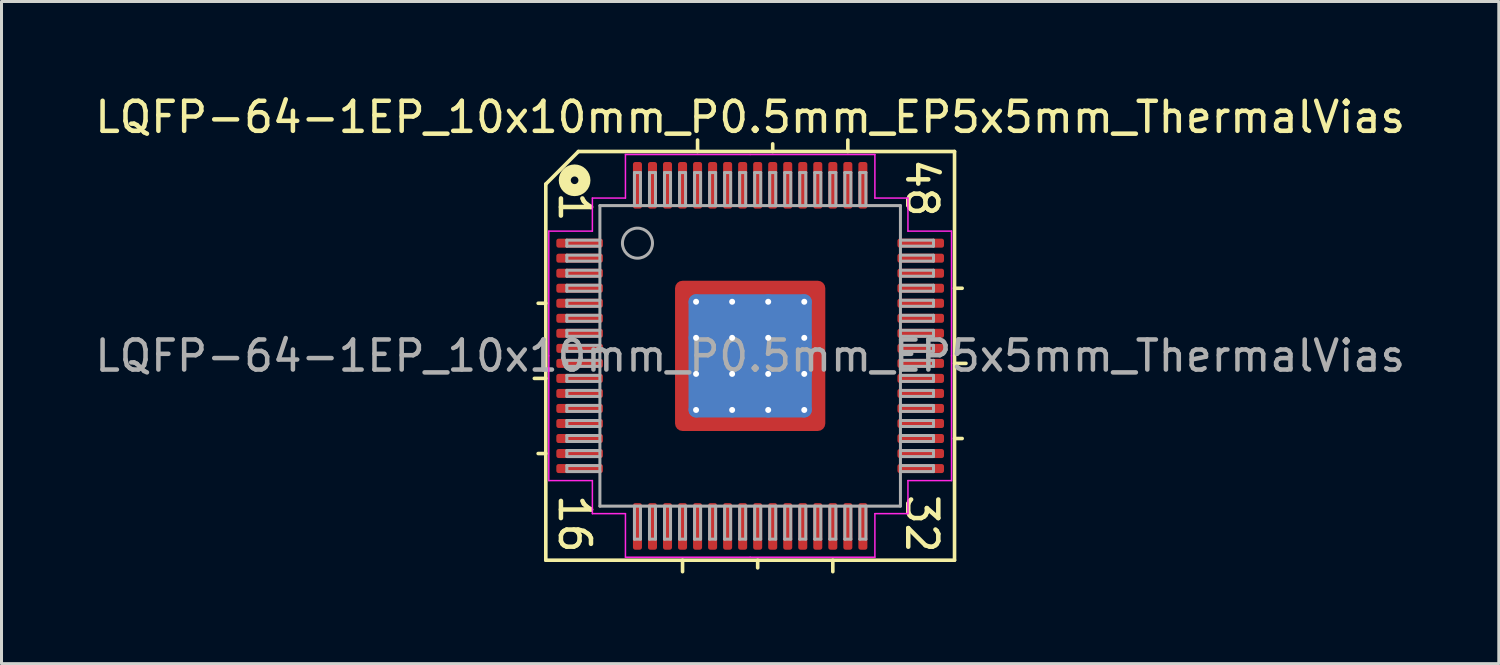
<source format=kicad_pcb>
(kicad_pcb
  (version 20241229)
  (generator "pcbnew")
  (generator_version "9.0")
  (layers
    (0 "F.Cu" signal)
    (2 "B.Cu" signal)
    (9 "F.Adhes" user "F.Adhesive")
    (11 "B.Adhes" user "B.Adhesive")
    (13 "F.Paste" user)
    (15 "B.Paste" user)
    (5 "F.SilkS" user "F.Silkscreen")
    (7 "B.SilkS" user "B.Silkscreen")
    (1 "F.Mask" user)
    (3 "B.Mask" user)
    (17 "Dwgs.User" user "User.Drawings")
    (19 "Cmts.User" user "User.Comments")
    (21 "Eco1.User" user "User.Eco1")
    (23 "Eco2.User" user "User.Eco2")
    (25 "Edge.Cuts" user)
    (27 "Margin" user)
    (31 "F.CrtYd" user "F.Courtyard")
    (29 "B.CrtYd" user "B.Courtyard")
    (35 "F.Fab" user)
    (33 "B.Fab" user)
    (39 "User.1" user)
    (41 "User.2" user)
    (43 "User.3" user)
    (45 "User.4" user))
  (footprint "LQFP-64-1EP_10x10mm_P0.5mm_EP5x5mm_ThermalVias"
    (layer "F.Cu")
    (at 21.911 8.791)
    (property "Reference" "LQFP-64-1EP_10x10mm_P0.5mm_EP5x5mm_ThermalVias" (at 0 -7.943 0) (layer "F.SilkS") (effects (font (size 1 1) (thickness 0.15))))
    (attr smd)
    (fp_line (start -6.8 -5.715) (end -6.8 6.8) (stroke (width 0.12) (type solid)) (layer "F.SilkS"))
    (fp_line (start -6.8 -1.75) (end -7.054 -1.75) (stroke (width 0.12) (type solid)) (layer "F.SilkS"))
    (fp_line (start -6.8 0.75) (end -7.181 0.75) (stroke (width 0.12) (type solid)) (layer "F.SilkS"))
    (fp_line (start -6.8 3.25) (end -7.054 3.25) (stroke (width 0.12) (type solid)) (layer "F.SilkS"))
    (fp_line (start -6.8 6.8) (end 6.8 6.8) (stroke (width 0.12) (type solid)) (layer "F.SilkS"))
    (fp_line (start -5.715 -6.8) (end -6.8 -5.715) (stroke (width 0.12) (type solid)) (layer "F.SilkS"))
    (fp_line (start -2.25 6.8) (end -2.25 7.181) (stroke (width 0.12) (type solid)) (layer "F.SilkS"))
    (fp_line (start -1.75 -6.8) (end -1.75 -7.181) (stroke (width 0.12) (type solid)) (layer "F.SilkS"))
    (fp_line (start 0.25 6.8) (end 0.25 7.054) (stroke (width 0.12) (type solid)) (layer "F.SilkS"))
    (fp_line (start 0.75 -6.8) (end 0.75 -7.054) (stroke (width 0.12) (type solid)) (layer "F.SilkS"))
    (fp_line (start 2.75 7.181) (end 2.75 6.8) (stroke (width 0.12) (type solid)) (layer "F.SilkS"))
    (fp_line (start 3.25 -6.8) (end 3.25 -7.181) (stroke (width 0.12) (type solid)) (layer "F.SilkS"))
    (fp_line (start 6.8 -6.8) (end -5.715 -6.8) (stroke (width 0.12) (type solid)) (layer "F.SilkS"))
    (fp_line (start 6.8 -2.25) (end 7.054 -2.25) (stroke (width 0.12) (type solid)) (layer "F.SilkS"))
    (fp_line (start 6.8 0.25) (end 7.181 0.25) (stroke (width 0.12) (type solid)) (layer "F.SilkS"))
    (fp_line (start 6.8 2.75) (end 7.054 2.75) (stroke (width 0.12) (type solid)) (layer "F.SilkS"))
    (fp_line (start 6.8 6.8) (end 6.8 -6.8) (stroke (width 0.12) (type solid)) (layer "F.SilkS"))
    (fp_circle (center -5.842 -5.842) (end -5.715 -5.842) (stroke (width 0.4) (type solid)) (fill no) (layer "F.SilkS"))
    (fp_line (start -6.7 -4.15) (end -6.7 0) (stroke (width 0.05) (type solid)) (layer "F.CrtYd"))
    (fp_line (start -6.7 4.15) (end -6.7 0) (stroke (width 0.05) (type solid)) (layer "F.CrtYd"))
    (fp_line (start -5.25 -5.25) (end -5.25 -4.15) (stroke (width 0.05) (type solid)) (layer "F.CrtYd"))
    (fp_line (start -5.25 -4.15) (end -6.7 -4.15) (stroke (width 0.05) (type solid)) (layer "F.CrtYd"))
    (fp_line (start -5.25 4.15) (end -6.7 4.15) (stroke (width 0.05) (type solid)) (layer "F.CrtYd"))
    (fp_line (start -5.25 5.25) (end -5.25 4.15) (stroke (width 0.05) (type solid)) (layer "F.CrtYd"))
    (fp_line (start -4.15 -6.7) (end -4.15 -5.25) (stroke (width 0.05) (type solid)) (layer "F.CrtYd"))
    (fp_line (start -4.15 -5.25) (end -5.25 -5.25) (stroke (width 0.05) (type solid)) (layer "F.CrtYd"))
    (fp_line (start -4.15 5.25) (end -5.25 5.25) (stroke (width 0.05) (type solid)) (layer "F.CrtYd"))
    (fp_line (start -4.15 6.7) (end -4.15 5.25) (stroke (width 0.05) (type solid)) (layer "F.CrtYd"))
    (fp_line (start 0 -6.7) (end -4.15 -6.7) (stroke (width 0.05) (type solid)) (layer "F.CrtYd"))
    (fp_line (start 0 -6.7) (end 4.15 -6.7) (stroke (width 0.05) (type solid)) (layer "F.CrtYd"))
    (fp_line (start 0 6.7) (end -4.15 6.7) (stroke (width 0.05) (type solid)) (layer "F.CrtYd"))
    (fp_line (start 0 6.7) (end 4.15 6.7) (stroke (width 0.05) (type solid)) (layer "F.CrtYd"))
    (fp_line (start 4.15 -6.7) (end 4.15 -5.25) (stroke (width 0.05) (type solid)) (layer "F.CrtYd"))
    (fp_line (start 4.15 -5.25) (end 5.25 -5.25) (stroke (width 0.05) (type solid)) (layer "F.CrtYd"))
    (fp_line (start 4.15 5.25) (end 5.25 5.25) (stroke (width 0.05) (type solid)) (layer "F.CrtYd"))
    (fp_line (start 4.15 6.7) (end 4.15 5.25) (stroke (width 0.05) (type solid)) (layer "F.CrtYd"))
    (fp_line (start 5.25 -5.25) (end 5.25 -4.15) (stroke (width 0.05) (type solid)) (layer "F.CrtYd"))
    (fp_line (start 5.25 -4.15) (end 6.7 -4.15) (stroke (width 0.05) (type solid)) (layer "F.CrtYd"))
    (fp_line (start 5.25 4.15) (end 6.7 4.15) (stroke (width 0.05) (type solid)) (layer "F.CrtYd"))
    (fp_line (start 5.25 5.25) (end 5.25 4.15) (stroke (width 0.05) (type solid)) (layer "F.CrtYd"))
    (fp_line (start 6.7 -4.15) (end 6.7 0) (stroke (width 0.05) (type solid)) (layer "F.CrtYd"))
    (fp_line (start 6.7 4.15) (end 6.7 0) (stroke (width 0.05) (type solid)) (layer "F.CrtYd"))
    (fp_line (start -6.1 -3.85) (end -6.1 -3.65) (stroke (width 0.1) (type solid)) (layer "F.Fab"))
    (fp_line (start -6.1 -3.85) (end -5 -3.85) (stroke (width 0.1) (type solid)) (layer "F.Fab"))
    (fp_line (start -6.1 -3.65) (end -5 -3.65) (stroke (width 0.1) (type solid)) (layer "F.Fab"))
    (fp_line (start -6.1 -3.35) (end -6.1 -3.15) (stroke (width 0.1) (type solid)) (layer "F.Fab"))
    (fp_line (start -6.1 -3.35) (end -5 -3.35) (stroke (width 0.1) (type solid)) (layer "F.Fab"))
    (fp_line (start -6.1 -3.15) (end -5 -3.15) (stroke (width 0.1) (type solid)) (layer "F.Fab"))
    (fp_line (start -6.1 -2.85) (end -6.1 -2.65) (stroke (width 0.1) (type solid)) (layer "F.Fab"))
    (fp_line (start -6.1 -2.85) (end -5 -2.85) (stroke (width 0.1) (type solid)) (layer "F.Fab"))
    (fp_line (start -6.1 -2.65) (end -5 -2.65) (stroke (width 0.1) (type solid)) (layer "F.Fab"))
    (fp_line (start -6.1 -2.35) (end -6.1 -2.15) (stroke (width 0.1) (type solid)) (layer "F.Fab"))
    (fp_line (start -6.1 -2.35) (end -5 -2.35) (stroke (width 0.1) (type solid)) (layer "F.Fab"))
    (fp_line (start -6.1 -2.15) (end -5 -2.15) (stroke (width 0.1) (type solid)) (layer "F.Fab"))
    (fp_line (start -6.1 -1.85) (end -6.1 -1.65) (stroke (width 0.1) (type solid)) (layer "F.Fab"))
    (fp_line (start -6.1 -1.85) (end -5 -1.85) (stroke (width 0.1) (type solid)) (layer "F.Fab"))
    (fp_line (start -6.1 -1.65) (end -5 -1.65) (stroke (width 0.1) (type solid)) (layer "F.Fab"))
    (fp_line (start -6.1 -1.35) (end -6.1 -1.15) (stroke (width 0.1) (type solid)) (layer "F.Fab"))
    (fp_line (start -6.1 -1.35) (end -5 -1.35) (stroke (width 0.1) (type solid)) (layer "F.Fab"))
    (fp_line (start -6.1 -1.15) (end -5 -1.15) (stroke (width 0.1) (type solid)) (layer "F.Fab"))
    (fp_line (start -6.1 -0.85) (end -6.1 -0.65) (stroke (width 0.1) (type solid)) (layer "F.Fab"))
    (fp_line (start -6.1 -0.85) (end -5 -0.85) (stroke (width 0.1) (type solid)) (layer "F.Fab"))
    (fp_line (start -6.1 -0.65) (end -5 -0.65) (stroke (width 0.1) (type solid)) (layer "F.Fab"))
    (fp_line (start -6.1 -0.35) (end -6.1 -0.15) (stroke (width 0.1) (type solid)) (layer "F.Fab"))
    (fp_line (start -6.1 -0.35) (end -5 -0.35) (stroke (width 0.1) (type solid)) (layer "F.Fab"))
    (fp_line (start -6.1 -0.15) (end -5 -0.15) (stroke (width 0.1) (type solid)) (layer "F.Fab"))
    (fp_line (start -6.1 0.15) (end -6.1 0.35) (stroke (width 0.1) (type solid)) (layer "F.Fab"))
    (fp_line (start -6.1 0.15) (end -5 0.15) (stroke (width 0.1) (type solid)) (layer "F.Fab"))
    (fp_line (start -6.1 0.35) (end -5 0.35) (stroke (width 0.1) (type solid)) (layer "F.Fab"))
    (fp_line (start -6.1 0.65) (end -6.1 0.85) (stroke (width 0.1) (type solid)) (layer "F.Fab"))
    (fp_line (start -6.1 0.65) (end -5 0.65) (stroke (width 0.1) (type solid)) (layer "F.Fab"))
    (fp_line (start -6.1 0.85) (end -5 0.85) (stroke (width 0.1) (type solid)) (layer "F.Fab"))
    (fp_line (start -6.1 1.15) (end -6.1 1.35) (stroke (width 0.1) (type solid)) (layer "F.Fab"))
    (fp_line (start -6.1 1.15) (end -5 1.15) (stroke (width 0.1) (type solid)) (layer "F.Fab"))
    (fp_line (start -6.1 1.35) (end -5 1.35) (stroke (width 0.1) (type solid)) (layer "F.Fab"))
    (fp_line (start -6.1 1.65) (end -6.1 1.85) (stroke (width 0.1) (type solid)) (layer "F.Fab"))
    (fp_line (start -6.1 1.65) (end -5 1.65) (stroke (width 0.1) (type solid)) (layer "F.Fab"))
    (fp_line (start -6.1 1.85) (end -5 1.85) (stroke (width 0.1) (type solid)) (layer "F.Fab"))
    (fp_line (start -6.1 2.15) (end -6.1 2.35) (stroke (width 0.1) (type solid)) (layer "F.Fab"))
    (fp_line (start -6.1 2.15) (end -5 2.15) (stroke (width 0.1) (type solid)) (layer "F.Fab"))
    (fp_line (start -6.1 2.35) (end -5 2.35) (stroke (width 0.1) (type solid)) (layer "F.Fab"))
    (fp_line (start -6.1 2.65) (end -6.1 2.85) (stroke (width 0.1) (type solid)) (layer "F.Fab"))
    (fp_line (start -6.1 2.65) (end -5 2.65) (stroke (width 0.1) (type solid)) (layer "F.Fab"))
    (fp_line (start -6.1 2.85) (end -5 2.85) (stroke (width 0.1) (type solid)) (layer "F.Fab"))
    (fp_line (start -6.1 3.15) (end -6.1 3.35) (stroke (width 0.1) (type solid)) (layer "F.Fab"))
    (fp_line (start -6.1 3.15) (end -5 3.15) (stroke (width 0.1) (type solid)) (layer "F.Fab"))
    (fp_line (start -6.1 3.35) (end -5 3.35) (stroke (width 0.1) (type solid)) (layer "F.Fab"))
    (fp_line (start -6.1 3.65) (end -6.1 3.85) (stroke (width 0.1) (type solid)) (layer "F.Fab"))
    (fp_line (start -6.1 3.65) (end -5 3.65) (stroke (width 0.1) (type solid)) (layer "F.Fab"))
    (fp_line (start -6.1 3.85) (end -5 3.85) (stroke (width 0.1) (type solid)) (layer "F.Fab"))
    (fp_line (start -5 -5) (end 5 -5) (stroke (width 0.1) (type solid)) (layer "F.Fab"))
    (fp_line (start -5 5) (end -5 -5) (stroke (width 0.1) (type solid)) (layer "F.Fab"))
    (fp_line (start -3.85 -6.1) (end -3.85 -5) (stroke (width 0.1) (type solid)) (layer "F.Fab"))
    (fp_line (start -3.85 6.1) (end -3.85 5) (stroke (width 0.1) (type solid)) (layer "F.Fab"))
    (fp_line (start -3.85 6.1) (end -3.65 6.1) (stroke (width 0.1) (type solid)) (layer "F.Fab"))
    (fp_line (start -3.65 -6.1) (end -3.85 -6.1) (stroke (width 0.1) (type solid)) (layer "F.Fab"))
    (fp_line (start -3.65 -6.1) (end -3.65 -5) (stroke (width 0.1) (type solid)) (layer "F.Fab"))
    (fp_line (start -3.65 6.1) (end -3.65 5) (stroke (width 0.1) (type solid)) (layer "F.Fab"))
    (fp_line (start -3.35 -6.1) (end -3.35 -5) (stroke (width 0.1) (type solid)) (layer "F.Fab"))
    (fp_line (start -3.35 6.1) (end -3.35 5) (stroke (width 0.1) (type solid)) (layer "F.Fab"))
    (fp_line (start -3.35 6.1) (end -3.15 6.1) (stroke (width 0.1) (type solid)) (layer "F.Fab"))
    (fp_line (start -3.15 -6.1) (end -3.35 -6.1) (stroke (width 0.1) (type solid)) (layer "F.Fab"))
    (fp_line (start -3.15 -6.1) (end -3.15 -5) (stroke (width 0.1) (type solid)) (layer "F.Fab"))
    (fp_line (start -3.15 6.1) (end -3.15 5) (stroke (width 0.1) (type solid)) (layer "F.Fab"))
    (fp_line (start -2.85 -6.1) (end -2.85 -5) (stroke (width 0.1) (type solid)) (layer "F.Fab"))
    (fp_line (start -2.85 6.1) (end -2.85 5) (stroke (width 0.1) (type solid)) (layer "F.Fab"))
    (fp_line (start -2.85 6.1) (end -2.65 6.1) (stroke (width 0.1) (type solid)) (layer "F.Fab"))
    (fp_line (start -2.65 -6.1) (end -2.85 -6.1) (stroke (width 0.1) (type solid)) (layer "F.Fab"))
    (fp_line (start -2.65 -6.1) (end -2.65 -5) (stroke (width 0.1) (type solid)) (layer "F.Fab"))
    (fp_line (start -2.65 6.1) (end -2.65 5) (stroke (width 0.1) (type solid)) (layer "F.Fab"))
    (fp_line (start -2.35 -6.1) (end -2.35 -5) (stroke (width 0.1) (type solid)) (layer "F.Fab"))
    (fp_line (start -2.35 6.1) (end -2.35 5) (stroke (width 0.1) (type solid)) (layer "F.Fab"))
    (fp_line (start -2.35 6.1) (end -2.15 6.1) (stroke (width 0.1) (type solid)) (layer "F.Fab"))
    (fp_line (start -2.15 -6.1) (end -2.35 -6.1) (stroke (width 0.1) (type solid)) (layer "F.Fab"))
    (fp_line (start -2.15 -6.1) (end -2.15 -5) (stroke (width 0.1) (type solid)) (layer "F.Fab"))
    (fp_line (start -2.15 6.1) (end -2.15 5) (stroke (width 0.1) (type solid)) (layer "F.Fab"))
    (fp_line (start -1.85 -6.1) (end -1.85 -5) (stroke (width 0.1) (type solid)) (layer "F.Fab"))
    (fp_line (start -1.85 6.1) (end -1.85 5) (stroke (width 0.1) (type solid)) (layer "F.Fab"))
    (fp_line (start -1.85 6.1) (end -1.65 6.1) (stroke (width 0.1) (type solid)) (layer "F.Fab"))
    (fp_line (start -1.65 -6.1) (end -1.85 -6.1) (stroke (width 0.1) (type solid)) (layer "F.Fab"))
    (fp_line (start -1.65 -6.1) (end -1.65 -5) (stroke (width 0.1) (type solid)) (layer "F.Fab"))
    (fp_line (start -1.65 6.1) (end -1.65 5) (stroke (width 0.1) (type solid)) (layer "F.Fab"))
    (fp_line (start -1.35 -6.1) (end -1.35 -5) (stroke (width 0.1) (type solid)) (layer "F.Fab"))
    (fp_line (start -1.35 6.1) (end -1.35 5) (stroke (width 0.1) (type solid)) (layer "F.Fab"))
    (fp_line (start -1.35 6.1) (end -1.15 6.1) (stroke (width 0.1) (type solid)) (layer "F.Fab"))
    (fp_line (start -1.15 -6.1) (end -1.35 -6.1) (stroke (width 0.1) (type solid)) (layer "F.Fab"))
    (fp_line (start -1.15 -6.1) (end -1.15 -5) (stroke (width 0.1) (type solid)) (layer "F.Fab"))
    (fp_line (start -1.15 6.1) (end -1.15 5) (stroke (width 0.1) (type solid)) (layer "F.Fab"))
    (fp_line (start -0.85 -6.1) (end -0.85 -5) (stroke (width 0.1) (type solid)) (layer "F.Fab"))
    (fp_line (start -0.85 6.1) (end -0.85 5) (stroke (width 0.1) (type solid)) (layer "F.Fab"))
    (fp_line (start -0.85 6.1) (end -0.65 6.1) (stroke (width 0.1) (type solid)) (layer "F.Fab"))
    (fp_line (start -0.65 -6.1) (end -0.85 -6.1) (stroke (width 0.1) (type solid)) (layer "F.Fab"))
    (fp_line (start -0.65 -6.1) (end -0.65 -5) (stroke (width 0.1) (type solid)) (layer "F.Fab"))
    (fp_line (start -0.65 6.1) (end -0.65 5) (stroke (width 0.1) (type solid)) (layer "F.Fab"))
    (fp_line (start -0.35 -6.1) (end -0.35 -5) (stroke (width 0.1) (type solid)) (layer "F.Fab"))
    (fp_line (start -0.35 6.1) (end -0.35 5) (stroke (width 0.1) (type solid)) (layer "F.Fab"))
    (fp_line (start -0.35 6.1) (end -0.15 6.1) (stroke (width 0.1) (type solid)) (layer "F.Fab"))
    (fp_line (start -0.15 -6.1) (end -0.35 -6.1) (stroke (width 0.1) (type solid)) (layer "F.Fab"))
    (fp_line (start -0.15 -6.1) (end -0.15 -5) (stroke (width 0.1) (type solid)) (layer "F.Fab"))
    (fp_line (start -0.15 6.1) (end -0.15 5) (stroke (width 0.1) (type solid)) (layer "F.Fab"))
    (fp_line (start 0.15 -6.1) (end 0.15 -5) (stroke (width 0.1) (type solid)) (layer "F.Fab"))
    (fp_line (start 0.15 6.1) (end 0.15 5) (stroke (width 0.1) (type solid)) (layer "F.Fab"))
    (fp_line (start 0.15 6.1) (end 0.35 6.1) (stroke (width 0.1) (type solid)) (layer "F.Fab"))
    (fp_line (start 0.35 -6.1) (end 0.15 -6.1) (stroke (width 0.1) (type solid)) (layer "F.Fab"))
    (fp_line (start 0.35 -6.1) (end 0.35 -5) (stroke (width 0.1) (type solid)) (layer "F.Fab"))
    (fp_line (start 0.35 6.1) (end 0.35 5) (stroke (width 0.1) (type solid)) (layer "F.Fab"))
    (fp_line (start 0.65 -6.1) (end 0.65 -5) (stroke (width 0.1) (type solid)) (layer "F.Fab"))
    (fp_line (start 0.65 6.1) (end 0.65 5) (stroke (width 0.1) (type solid)) (layer "F.Fab"))
    (fp_line (start 0.65 6.1) (end 0.85 6.1) (stroke (width 0.1) (type solid)) (layer "F.Fab"))
    (fp_line (start 0.85 -6.1) (end 0.65 -6.1) (stroke (width 0.1) (type solid)) (layer "F.Fab"))
    (fp_line (start 0.85 -6.1) (end 0.85 -5) (stroke (width 0.1) (type solid)) (layer "F.Fab"))
    (fp_line (start 0.85 6.1) (end 0.85 5) (stroke (width 0.1) (type solid)) (layer "F.Fab"))
    (fp_line (start 1.15 -6.1) (end 1.15 -5) (stroke (width 0.1) (type solid)) (layer "F.Fab"))
    (fp_line (start 1.15 6.1) (end 1.15 5) (stroke (width 0.1) (type solid)) (layer "F.Fab"))
    (fp_line (start 1.15 6.1) (end 1.35 6.1) (stroke (width 0.1) (type solid)) (layer "F.Fab"))
    (fp_line (start 1.35 -6.1) (end 1.15 -6.1) (stroke (width 0.1) (type solid)) (layer "F.Fab"))
    (fp_line (start 1.35 -6.1) (end 1.35 -5) (stroke (width 0.1) (type solid)) (layer "F.Fab"))
    (fp_line (start 1.35 6.1) (end 1.35 5) (stroke (width 0.1) (type solid)) (layer "F.Fab"))
    (fp_line (start 1.65 -6.1) (end 1.65 -5) (stroke (width 0.1) (type solid)) (layer "F.Fab"))
    (fp_line (start 1.65 6.1) (end 1.65 5) (stroke (width 0.1) (type solid)) (layer "F.Fab"))
    (fp_line (start 1.65 6.1) (end 1.85 6.1) (stroke (width 0.1) (type solid)) (layer "F.Fab"))
    (fp_line (start 1.85 -6.1) (end 1.65 -6.1) (stroke (width 0.1) (type solid)) (layer "F.Fab"))
    (fp_line (start 1.85 -6.1) (end 1.85 -5) (stroke (width 0.1) (type solid)) (layer "F.Fab"))
    (fp_line (start 1.85 6.1) (end 1.85 5) (stroke (width 0.1) (type solid)) (layer "F.Fab"))
    (fp_line (start 2.15 -6.1) (end 2.15 -5) (stroke (width 0.1) (type solid)) (layer "F.Fab"))
    (fp_line (start 2.15 6.1) (end 2.15 5) (stroke (width 0.1) (type solid)) (layer "F.Fab"))
    (fp_line (start 2.15 6.1) (end 2.35 6.1) (stroke (width 0.1) (type solid)) (layer "F.Fab"))
    (fp_line (start 2.35 -6.1) (end 2.15 -6.1) (stroke (width 0.1) (type solid)) (layer "F.Fab"))
    (fp_line (start 2.35 -6.1) (end 2.35 -5) (stroke (width 0.1) (type solid)) (layer "F.Fab"))
    (fp_line (start 2.35 6.1) (end 2.35 5) (stroke (width 0.1) (type solid)) (layer "F.Fab"))
    (fp_line (start 2.65 -6.1) (end 2.65 -5) (stroke (width 0.1) (type solid)) (layer "F.Fab"))
    (fp_line (start 2.65 6.1) (end 2.65 5) (stroke (width 0.1) (type solid)) (layer "F.Fab"))
    (fp_line (start 2.65 6.1) (end 2.85 6.1) (stroke (width 0.1) (type solid)) (layer "F.Fab"))
    (fp_line (start 2.85 -6.1) (end 2.65 -6.1) (stroke (width 0.1) (type solid)) (layer "F.Fab"))
    (fp_line (start 2.85 -6.1) (end 2.85 -5) (stroke (width 0.1) (type solid)) (layer "F.Fab"))
    (fp_line (start 2.85 6.1) (end 2.85 5) (stroke (width 0.1) (type solid)) (layer "F.Fab"))
    (fp_line (start 3.15 -6.1) (end 3.15 -5) (stroke (width 0.1) (type solid)) (layer "F.Fab"))
    (fp_line (start 3.15 6.1) (end 3.15 5) (stroke (width 0.1) (type solid)) (layer "F.Fab"))
    (fp_line (start 3.15 6.1) (end 3.35 6.1) (stroke (width 0.1) (type solid)) (layer "F.Fab"))
    (fp_line (start 3.35 -6.1) (end 3.15 -6.1) (stroke (width 0.1) (type solid)) (layer "F.Fab"))
    (fp_line (start 3.35 -6.1) (end 3.35 -5) (stroke (width 0.1) (type solid)) (layer "F.Fab"))
    (fp_line (start 3.35 6.1) (end 3.35 5) (stroke (width 0.1) (type solid)) (layer "F.Fab"))
    (fp_line (start 3.65 -6.1) (end 3.65 -5) (stroke (width 0.1) (type solid)) (layer "F.Fab"))
    (fp_line (start 3.65 6.1) (end 3.65 5) (stroke (width 0.1) (type solid)) (layer "F.Fab"))
    (fp_line (start 3.65 6.1) (end 3.85 6.1) (stroke (width 0.1) (type solid)) (layer "F.Fab"))
    (fp_line (start 3.85 -6.1) (end 3.65 -6.1) (stroke (width 0.1) (type solid)) (layer "F.Fab"))
    (fp_line (start 3.85 -6.1) (end 3.85 -5) (stroke (width 0.1) (type solid)) (layer "F.Fab"))
    (fp_line (start 3.85 6.1) (end 3.85 5) (stroke (width 0.1) (type solid)) (layer "F.Fab"))
    (fp_line (start 5 -5) (end 5 5) (stroke (width 0.1) (type solid)) (layer "F.Fab"))
    (fp_line (start 5 5) (end -5 5) (stroke (width 0.1) (type solid)) (layer "F.Fab"))
    (fp_line (start 6.1 -3.85) (end 5 -3.85) (stroke (width 0.1) (type solid)) (layer "F.Fab"))
    (fp_line (start 6.1 -3.65) (end 5 -3.65) (stroke (width 0.1) (type solid)) (layer "F.Fab"))
    (fp_line (start 6.1 -3.65) (end 6.1 -3.85) (stroke (width 0.1) (type solid)) (layer "F.Fab"))
    (fp_line (start 6.1 -3.35) (end 5 -3.35) (stroke (width 0.1) (type solid)) (layer "F.Fab"))
    (fp_line (start 6.1 -3.15) (end 5 -3.15) (stroke (width 0.1) (type solid)) (layer "F.Fab"))
    (fp_line (start 6.1 -3.15) (end 6.1 -3.35) (stroke (width 0.1) (type solid)) (layer "F.Fab"))
    (fp_line (start 6.1 -2.85) (end 5 -2.85) (stroke (width 0.1) (type solid)) (layer "F.Fab"))
    (fp_line (start 6.1 -2.65) (end 5 -2.65) (stroke (width 0.1) (type solid)) (layer "F.Fab"))
    (fp_line (start 6.1 -2.65) (end 6.1 -2.85) (stroke (width 0.1) (type solid)) (layer "F.Fab"))
    (fp_line (start 6.1 -2.35) (end 5 -2.35) (stroke (width 0.1) (type solid)) (layer "F.Fab"))
    (fp_line (start 6.1 -2.15) (end 5 -2.15) (stroke (width 0.1) (type solid)) (layer "F.Fab"))
    (fp_line (start 6.1 -2.15) (end 6.1 -2.35) (stroke (width 0.1) (type solid)) (layer "F.Fab"))
    (fp_line (start 6.1 -1.85) (end 5 -1.85) (stroke (width 0.1) (type solid)) (layer "F.Fab"))
    (fp_line (start 6.1 -1.65) (end 5 -1.65) (stroke (width 0.1) (type solid)) (layer "F.Fab"))
    (fp_line (start 6.1 -1.65) (end 6.1 -1.85) (stroke (width 0.1) (type solid)) (layer "F.Fab"))
    (fp_line (start 6.1 -1.35) (end 5 -1.35) (stroke (width 0.1) (type solid)) (layer "F.Fab"))
    (fp_line (start 6.1 -1.15) (end 5 -1.15) (stroke (width 0.1) (type solid)) (layer "F.Fab"))
    (fp_line (start 6.1 -1.15) (end 6.1 -1.35) (stroke (width 0.1) (type solid)) (layer "F.Fab"))
    (fp_line (start 6.1 -0.85) (end 5 -0.85) (stroke (width 0.1) (type solid)) (layer "F.Fab"))
    (fp_line (start 6.1 -0.65) (end 5 -0.65) (stroke (width 0.1) (type solid)) (layer "F.Fab"))
    (fp_line (start 6.1 -0.65) (end 6.1 -0.85) (stroke (width 0.1) (type solid)) (layer "F.Fab"))
    (fp_line (start 6.1 -0.35) (end 5 -0.35) (stroke (width 0.1) (type solid)) (layer "F.Fab"))
    (fp_line (start 6.1 -0.15) (end 5 -0.15) (stroke (width 0.1) (type solid)) (layer "F.Fab"))
    (fp_line (start 6.1 -0.15) (end 6.1 -0.35) (stroke (width 0.1) (type solid)) (layer "F.Fab"))
    (fp_line (start 6.1 0.15) (end 5 0.15) (stroke (width 0.1) (type solid)) (layer "F.Fab"))
    (fp_line (start 6.1 0.35) (end 5 0.35) (stroke (width 0.1) (type solid)) (layer "F.Fab"))
    (fp_line (start 6.1 0.35) (end 6.1 0.15) (stroke (width 0.1) (type solid)) (layer "F.Fab"))
    (fp_line (start 6.1 0.65) (end 5 0.65) (stroke (width 0.1) (type solid)) (layer "F.Fab"))
    (fp_line (start 6.1 0.85) (end 5 0.85) (stroke (width 0.1) (type solid)) (layer "F.Fab"))
    (fp_line (start 6.1 0.85) (end 6.1 0.65) (stroke (width 0.1) (type solid)) (layer "F.Fab"))
    (fp_line (start 6.1 1.15) (end 5 1.15) (stroke (width 0.1) (type solid)) (layer "F.Fab"))
    (fp_line (start 6.1 1.35) (end 5 1.35) (stroke (width 0.1) (type solid)) (layer "F.Fab"))
    (fp_line (start 6.1 1.35) (end 6.1 1.15) (stroke (width 0.1) (type solid)) (layer "F.Fab"))
    (fp_line (start 6.1 1.65) (end 5 1.65) (stroke (width 0.1) (type solid)) (layer "F.Fab"))
    (fp_line (start 6.1 1.85) (end 5 1.85) (stroke (width 0.1) (type solid)) (layer "F.Fab"))
    (fp_line (start 6.1 1.85) (end 6.1 1.65) (stroke (width 0.1) (type solid)) (layer "F.Fab"))
    (fp_line (start 6.1 2.15) (end 5 2.15) (stroke (width 0.1) (type solid)) (layer "F.Fab"))
    (fp_line (start 6.1 2.35) (end 5 2.35) (stroke (width 0.1) (type solid)) (layer "F.Fab"))
    (fp_line (start 6.1 2.35) (end 6.1 2.15) (stroke (width 0.1) (type solid)) (layer "F.Fab"))
    (fp_line (start 6.1 2.65) (end 5 2.65) (stroke (width 0.1) (type solid)) (layer "F.Fab"))
    (fp_line (start 6.1 2.85) (end 5 2.85) (stroke (width 0.1) (type solid)) (layer "F.Fab"))
    (fp_line (start 6.1 2.85) (end 6.1 2.65) (stroke (width 0.1) (type solid)) (layer "F.Fab"))
    (fp_line (start 6.1 3.15) (end 5 3.15) (stroke (width 0.1) (type solid)) (layer "F.Fab"))
    (fp_line (start 6.1 3.35) (end 5 3.35) (stroke (width 0.1) (type solid)) (layer "F.Fab"))
    (fp_line (start 6.1 3.35) (end 6.1 3.15) (stroke (width 0.1) (type solid)) (layer "F.Fab"))
    (fp_line (start 6.1 3.65) (end 5 3.65) (stroke (width 0.1) (type solid)) (layer "F.Fab"))
    (fp_line (start 6.1 3.85) (end 5 3.85) (stroke (width 0.1) (type solid)) (layer "F.Fab"))
    (fp_line (start 6.1 3.85) (end 6.1 3.65) (stroke (width 0.1) (type solid)) (layer "F.Fab"))
    (fp_circle (center -3.75 -3.75) (end -3.25 -3.75) (stroke (width 0.1) (type solid)) (fill no) (layer "F.Fab"))
    (fp_text user "32" (at 5.715 5.588 270) (unlocked yes) (layer "F.SilkS") (effects (font (size 1 1) (thickness 0.15))))
    (fp_text user "48" (at 5.715 -5.588 270) (unlocked yes) (layer "F.SilkS") (effects (font (size 1 1) (thickness 0.15))))
    (fp_text user "16" (at -5.842 5.588 270) (unlocked yes) (layer "F.SilkS") (effects (font (size 1 1) (thickness 0.15))))
    (fp_text user "1" (at -5.842 -4.953 270) (unlocked yes) (layer "F.SilkS") (effects (font (size 1 1) (thickness 0.15))))
    (fp_text user "${REFERENCE}" (at 0 0 0) (layer "F.Fab") (effects (font (size 1 1) (thickness 0.15))))
    (pad "" smd custom (at -2.15 -2.15) (size 0.46 0.46) (layers "F.Paste") (options (anchor circle)) (primitives (gr_poly (pts (xy 0.178 0.092) (xy 0.092 0.178) (xy -0.178 0.178) (xy -0.178 -0.178) (xy 0.178 -0.178)) (width 0.208) (fill yes))))
    (pad "" smd custom (at -2.15 -1.2) (size 0.495 0.495) (layers "F.Paste") (options (anchor circle)) (primitives (gr_poly (pts (xy 0.212 -0.356) (xy 0.212 0.356) (xy 0.154 0.414) (xy -0.212 0.414) (xy -0.212 -0.414) (xy 0.154 -0.414)) (width 0.14) (fill yes))))
    (pad "" smd custom (at -2.15 0) (size 0.495 0.495) (layers "F.Paste") (options (anchor circle)) (primitives (gr_poly (pts (xy 0.212 -0.356) (xy 0.212 0.356) (xy 0.154 0.414) (xy -0.212 0.414) (xy -0.212 -0.414) (xy 0.154 -0.414)) (width 0.14) (fill yes))))
    (pad "" smd custom (at -2.15 1.2) (size 0.495 0.495) (layers "F.Paste") (options (anchor circle)) (primitives (gr_poly (pts (xy 0.212 -0.356) (xy 0.212 0.356) (xy 0.154 0.414) (xy -0.212 0.414) (xy -0.212 -0.414) (xy 0.154 -0.414)) (width 0.14) (fill yes))))
    (pad "" smd custom (at -2.15 2.15) (size 0.46 0.46) (layers "F.Paste") (options (anchor circle)) (primitives (gr_poly (pts (xy 0.178 -0.092) (xy 0.178 0.178) (xy -0.178 0.178) (xy -0.178 -0.178) (xy 0.092 -0.178)) (width 0.208) (fill yes))))
    (pad "" smd custom (at -1.2 -2.15) (size 0.495 0.495) (layers "F.Paste") (options (anchor circle)) (primitives (gr_poly (pts (xy 0.414 0.154) (xy 0.356 0.212) (xy -0.356 0.212) (xy -0.414 0.154) (xy -0.414 -0.212) (xy 0.414 -0.212)) (width 0.14) (fill yes))))
    (pad "" smd roundrect (at -1.2 -1.2) (size 0.967 0.967) (layers "F.Paste") (roundrect_rratio 0.25))
    (pad "" smd roundrect (at -1.2 0) (size 0.967 0.967) (layers "F.Paste") (roundrect_rratio 0.25))
    (pad "" smd roundrect (at -1.2 1.2) (size 0.967 0.967) (layers "F.Paste") (roundrect_rratio 0.25))
    (pad "" smd custom (at -1.2 2.15) (size 0.495 0.495) (layers "F.Paste") (options (anchor circle)) (primitives (gr_poly (pts (xy 0.414 -0.154) (xy 0.414 0.212) (xy -0.414 0.212) (xy -0.414 -0.154) (xy -0.356 -0.212) (xy 0.356 -0.212)) (width 0.14) (fill yes))))
    (pad "" smd custom (at 0 -2.15) (size 0.495 0.495) (layers "F.Paste") (options (anchor circle)) (primitives (gr_poly (pts (xy 0.414 0.154) (xy 0.356 0.212) (xy -0.356 0.212) (xy -0.414 0.154) (xy -0.414 -0.212) (xy 0.414 -0.212)) (width 0.14) (fill yes))))
    (pad "" smd roundrect (at 0 -1.2) (size 0.967 0.967) (layers "F.Paste") (roundrect_rratio 0.25))
    (pad "" smd roundrect (at 0 0) (size 0.967 0.967) (layers "F.Paste") (roundrect_rratio 0.25))
    (pad "" smd roundrect (at 0 1.2) (size 0.967 0.967) (layers "F.Paste") (roundrect_rratio 0.25))
    (pad "" smd custom (at 0 2.15) (size 0.495 0.495) (layers "F.Paste") (options (anchor circle)) (primitives (gr_poly (pts (xy 0.414 -0.154) (xy 0.414 0.212) (xy -0.414 0.212) (xy -0.414 -0.154) (xy -0.356 -0.212) (xy 0.356 -0.212)) (width 0.14) (fill yes))))
    (pad "" smd custom (at 1.2 -2.15) (size 0.495 0.495) (layers "F.Paste") (options (anchor circle)) (primitives (gr_poly (pts (xy 0.414 0.154) (xy 0.356 0.212) (xy -0.356 0.212) (xy -0.414 0.154) (xy -0.414 -0.212) (xy 0.414 -0.212)) (width 0.14) (fill yes))))
    (pad "" smd roundrect (at 1.2 -1.2) (size 0.967 0.967) (layers "F.Paste") (roundrect_rratio 0.25))
    (pad "" smd roundrect (at 1.2 0) (size 0.967 0.967) (layers "F.Paste") (roundrect_rratio 0.25))
    (pad "" smd roundrect (at 1.2 1.2) (size 0.967 0.967) (layers "F.Paste") (roundrect_rratio 0.25))
    (pad "" smd custom (at 1.2 2.15) (size 0.495 0.495) (layers "F.Paste") (options (anchor circle)) (primitives (gr_poly (pts (xy 0.414 -0.154) (xy 0.414 0.212) (xy -0.414 0.212) (xy -0.414 -0.154) (xy -0.356 -0.212) (xy 0.356 -0.212)) (width 0.14) (fill yes))))
    (pad "" smd custom (at 2.15 -2.15) (size 0.46 0.46) (layers "F.Paste") (options (anchor circle)) (primitives (gr_poly (pts (xy 0.178 0.178) (xy -0.092 0.178) (xy -0.178 0.092) (xy -0.178 -0.178) (xy 0.178 -0.178)) (width 0.208) (fill yes))))
    (pad "" smd custom (at 2.15 -1.2) (size 0.495 0.495) (layers "F.Paste") (options (anchor circle)) (primitives (gr_poly (pts (xy 0.212 0.414) (xy -0.154 0.414) (xy -0.212 0.356) (xy -0.212 -0.356) (xy -0.154 -0.414) (xy 0.212 -0.414)) (width 0.14) (fill yes))))
    (pad "" smd custom (at 2.15 0) (size 0.495 0.495) (layers "F.Paste") (options (anchor circle)) (primitives (gr_poly (pts (xy 0.212 0.414) (xy -0.154 0.414) (xy -0.212 0.356) (xy -0.212 -0.356) (xy -0.154 -0.414) (xy 0.212 -0.414)) (width 0.14) (fill yes))))
    (pad "" smd custom (at 2.15 1.2) (size 0.495 0.495) (layers "F.Paste") (options (anchor circle)) (primitives (gr_poly (pts (xy 0.212 0.414) (xy -0.154 0.414) (xy -0.212 0.356) (xy -0.212 -0.356) (xy -0.154 -0.414) (xy 0.212 -0.414)) (width 0.14) (fill yes))))
    (pad "" smd custom (at 2.15 2.15) (size 0.46 0.46) (layers "F.Paste") (options (anchor circle)) (primitives (gr_poly (pts (xy 0.178 0.178) (xy -0.178 0.178) (xy -0.178 -0.092) (xy -0.092 -0.178) (xy 0.178 -0.178)) (width 0.208) (fill yes))))
    (pad "1" smd roundrect (at -5.675 -3.75) (size 1.55 0.3) (layers "F.Cu" "F.Mask" "F.Paste") (roundrect_rratio 0.25))
    (pad "2" smd roundrect (at -5.675 -3.25) (size 1.55 0.3) (layers "F.Cu" "F.Mask" "F.Paste") (roundrect_rratio 0.25))
    (pad "3" smd roundrect (at -5.675 -2.75) (size 1.55 0.3) (layers "F.Cu" "F.Mask" "F.Paste") (roundrect_rratio 0.25))
    (pad "4" smd roundrect (at -5.675 -2.25) (size 1.55 0.3) (layers "F.Cu" "F.Mask" "F.Paste") (roundrect_rratio 0.25))
    (pad "5" smd roundrect (at -5.675 -1.75) (size 1.55 0.3) (layers "F.Cu" "F.Mask" "F.Paste") (roundrect_rratio 0.25))
    (pad "6" smd roundrect (at -5.675 -1.25) (size 1.55 0.3) (layers "F.Cu" "F.Mask" "F.Paste") (roundrect_rratio 0.25))
    (pad "7" smd roundrect (at -5.675 -0.75) (size 1.55 0.3) (layers "F.Cu" "F.Mask" "F.Paste") (roundrect_rratio 0.25))
    (pad "8" smd roundrect (at -5.675 -0.25) (size 1.55 0.3) (layers "F.Cu" "F.Mask" "F.Paste") (roundrect_rratio 0.25))
    (pad "9" smd roundrect (at -5.675 0.25) (size 1.55 0.3) (layers "F.Cu" "F.Mask" "F.Paste") (roundrect_rratio 0.25))
    (pad "10" smd roundrect (at -5.675 0.75) (size 1.55 0.3) (layers "F.Cu" "F.Mask" "F.Paste") (roundrect_rratio 0.25))
    (pad "11" smd roundrect (at -5.675 1.25) (size 1.55 0.3) (layers "F.Cu" "F.Mask" "F.Paste") (roundrect_rratio 0.25))
    (pad "12" smd roundrect (at -5.675 1.75) (size 1.55 0.3) (layers "F.Cu" "F.Mask" "F.Paste") (roundrect_rratio 0.25))
    (pad "13" smd roundrect (at -5.675 2.25) (size 1.55 0.3) (layers "F.Cu" "F.Mask" "F.Paste") (roundrect_rratio 0.25))
    (pad "14" smd roundrect (at -5.675 2.75) (size 1.55 0.3) (layers "F.Cu" "F.Mask" "F.Paste") (roundrect_rratio 0.25))
    (pad "15" smd roundrect (at -5.675 3.25) (size 1.55 0.3) (layers "F.Cu" "F.Mask" "F.Paste") (roundrect_rratio 0.25))
    (pad "16" smd roundrect (at -5.675 3.75) (size 1.55 0.3) (layers "F.Cu" "F.Mask" "F.Paste") (roundrect_rratio 0.25))
    (pad "17" smd roundrect (at -3.75 5.675) (size 0.3 1.55) (layers "F.Cu" "F.Mask" "F.Paste") (roundrect_rratio 0.25))
    (pad "18" smd roundrect (at -3.25 5.675) (size 0.3 1.55) (layers "F.Cu" "F.Mask" "F.Paste") (roundrect_rratio 0.25))
    (pad "19" smd roundrect (at -2.75 5.675) (size 0.3 1.55) (layers "F.Cu" "F.Mask" "F.Paste") (roundrect_rratio 0.25))
    (pad "20" smd roundrect (at -2.25 5.675) (size 0.3 1.55) (layers "F.Cu" "F.Mask" "F.Paste") (roundrect_rratio 0.25))
    (pad "21" smd roundrect (at -1.75 5.675) (size 0.3 1.55) (layers "F.Cu" "F.Mask" "F.Paste") (roundrect_rratio 0.25))
    (pad "22" smd roundrect (at -1.25 5.675) (size 0.3 1.55) (layers "F.Cu" "F.Mask" "F.Paste") (roundrect_rratio 0.25))
    (pad "23" smd roundrect (at -0.75 5.675) (size 0.3 1.55) (layers "F.Cu" "F.Mask" "F.Paste") (roundrect_rratio 0.25))
    (pad "24" smd roundrect (at -0.25 5.675) (size 0.3 1.55) (layers "F.Cu" "F.Mask" "F.Paste") (roundrect_rratio 0.25))
    (pad "25" smd roundrect (at 0.25 5.675) (size 0.3 1.55) (layers "F.Cu" "F.Mask" "F.Paste") (roundrect_rratio 0.25))
    (pad "26" smd roundrect (at 0.75 5.675) (size 0.3 1.55) (layers "F.Cu" "F.Mask" "F.Paste") (roundrect_rratio 0.25))
    (pad "27" smd roundrect (at 1.25 5.675) (size 0.3 1.55) (layers "F.Cu" "F.Mask" "F.Paste") (roundrect_rratio 0.25))
    (pad "28" smd roundrect (at 1.75 5.675) (size 0.3 1.55) (layers "F.Cu" "F.Mask" "F.Paste") (roundrect_rratio 0.25))
    (pad "29" smd roundrect (at 2.25 5.675) (size 0.3 1.55) (layers "F.Cu" "F.Mask" "F.Paste") (roundrect_rratio 0.25))
    (pad "30" smd roundrect (at 2.75 5.675) (size 0.3 1.55) (layers "F.Cu" "F.Mask" "F.Paste") (roundrect_rratio 0.25))
    (pad "31" smd roundrect (at 3.25 5.675) (size 0.3 1.55) (layers "F.Cu" "F.Mask" "F.Paste") (roundrect_rratio 0.25))
    (pad "32" smd roundrect (at 3.75 5.675) (size 0.3 1.55) (layers "F.Cu" "F.Mask" "F.Paste") (roundrect_rratio 0.25))
    (pad "33" smd roundrect (at 5.675 3.75) (size 1.55 0.3) (layers "F.Cu" "F.Mask" "F.Paste") (roundrect_rratio 0.25))
    (pad "34" smd roundrect (at 5.675 3.25) (size 1.55 0.3) (layers "F.Cu" "F.Mask" "F.Paste") (roundrect_rratio 0.25))
    (pad "35" smd roundrect (at 5.675 2.75) (size 1.55 0.3) (layers "F.Cu" "F.Mask" "F.Paste") (roundrect_rratio 0.25))
    (pad "36" smd roundrect (at 5.675 2.25) (size 1.55 0.3) (layers "F.Cu" "F.Mask" "F.Paste") (roundrect_rratio 0.25))
    (pad "37" smd roundrect (at 5.675 1.75) (size 1.55 0.3) (layers "F.Cu" "F.Mask" "F.Paste") (roundrect_rratio 0.25))
    (pad "38" smd roundrect (at 5.675 1.25) (size 1.55 0.3) (layers "F.Cu" "F.Mask" "F.Paste") (roundrect_rratio 0.25))
    (pad "39" smd roundrect (at 5.675 0.75) (size 1.55 0.3) (layers "F.Cu" "F.Mask" "F.Paste") (roundrect_rratio 0.25))
    (pad "40" smd roundrect (at 5.675 0.25) (size 1.55 0.3) (layers "F.Cu" "F.Mask" "F.Paste") (roundrect_rratio 0.25))
    (pad "41" smd roundrect (at 5.675 -0.25) (size 1.55 0.3) (layers "F.Cu" "F.Mask" "F.Paste") (roundrect_rratio 0.25))
    (pad "42" smd roundrect (at 5.675 -0.75) (size 1.55 0.3) (layers "F.Cu" "F.Mask" "F.Paste") (roundrect_rratio 0.25))
    (pad "43" smd roundrect (at 5.675 -1.25) (size 1.55 0.3) (layers "F.Cu" "F.Mask" "F.Paste") (roundrect_rratio 0.25))
    (pad "44" smd roundrect (at 5.675 -1.75) (size 1.55 0.3) (layers "F.Cu" "F.Mask" "F.Paste") (roundrect_rratio 0.25))
    (pad "45" smd roundrect (at 5.675 -2.25) (size 1.55 0.3) (layers "F.Cu" "F.Mask" "F.Paste") (roundrect_rratio 0.25))
    (pad "46" smd roundrect (at 5.675 -2.75) (size 1.55 0.3) (layers "F.Cu" "F.Mask" "F.Paste") (roundrect_rratio 0.25))
    (pad "47" smd roundrect (at 5.675 -3.25) (size 1.55 0.3) (layers "F.Cu" "F.Mask" "F.Paste") (roundrect_rratio 0.25))
    (pad "48" smd roundrect (at 5.675 -3.75) (size 1.55 0.3) (layers "F.Cu" "F.Mask" "F.Paste") (roundrect_rratio 0.25))
    (pad "49" smd roundrect (at 3.75 -5.675) (size 0.3 1.55) (layers "F.Cu" "F.Mask" "F.Paste") (roundrect_rratio 0.25))
    (pad "50" smd roundrect (at 3.25 -5.675) (size 0.3 1.55) (layers "F.Cu" "F.Mask" "F.Paste") (roundrect_rratio 0.25))
    (pad "51" smd roundrect (at 2.75 -5.675) (size 0.3 1.55) (layers "F.Cu" "F.Mask" "F.Paste") (roundrect_rratio 0.25))
    (pad "52" smd roundrect (at 2.25 -5.675) (size 0.3 1.55) (layers "F.Cu" "F.Mask" "F.Paste") (roundrect_rratio 0.25))
    (pad "53" smd roundrect (at 1.75 -5.675) (size 0.3 1.55) (layers "F.Cu" "F.Mask" "F.Paste") (roundrect_rratio 0.25))
    (pad "54" smd roundrect (at 1.25 -5.675) (size 0.3 1.55) (layers "F.Cu" "F.Mask" "F.Paste") (roundrect_rratio 0.25))
    (pad "55" smd roundrect (at 0.75 -5.675) (size 0.3 1.55) (layers "F.Cu" "F.Mask" "F.Paste") (roundrect_rratio 0.25))
    (pad "56" smd roundrect (at 0.25 -5.675) (size 0.3 1.55) (layers "F.Cu" "F.Mask" "F.Paste") (roundrect_rratio 0.25))
    (pad "57" smd roundrect (at -0.25 -5.675) (size 0.3 1.55) (layers "F.Cu" "F.Mask" "F.Paste") (roundrect_rratio 0.25))
    (pad "58" smd roundrect (at -0.75 -5.675) (size 0.3 1.55) (layers "F.Cu" "F.Mask" "F.Paste") (roundrect_rratio 0.25))
    (pad "59" smd roundrect (at -1.25 -5.675) (size 0.3 1.55) (layers "F.Cu" "F.Mask" "F.Paste") (roundrect_rratio 0.25))
    (pad "60" smd roundrect (at -1.75 -5.675) (size 0.3 1.55) (layers "F.Cu" "F.Mask" "F.Paste") (roundrect_rratio 0.25))
    (pad "61" smd roundrect (at -2.25 -5.675) (size 0.3 1.55) (layers "F.Cu" "F.Mask" "F.Paste") (roundrect_rratio 0.25))
    (pad "62" smd roundrect (at -2.75 -5.675) (size 0.3 1.55) (layers "F.Cu" "F.Mask" "F.Paste") (roundrect_rratio 0.25))
    (pad "63" smd roundrect (at -3.25 -5.675) (size 0.3 1.55) (layers "F.Cu" "F.Mask" "F.Paste") (roundrect_rratio 0.25))
    (pad "64" smd roundrect (at -3.75 -5.675) (size 0.3 1.55) (layers "F.Cu" "F.Mask" "F.Paste") (roundrect_rratio 0.25))
    (pad "65" thru_hole circle (at -1.8 -1.8) (size 0.5 0.5) (drill 0.2) (property pad_prop_heatsink) (layers "*.Cu"))
    (pad "65" thru_hole circle (at -1.8 -0.6) (size 0.5 0.5) (drill 0.2) (property pad_prop_heatsink) (layers "*.Cu"))
    (pad "65" thru_hole circle (at -1.8 0.6) (size 0.5 0.5) (drill 0.2) (property pad_prop_heatsink) (layers "*.Cu"))
    (pad "65" thru_hole circle (at -1.8 1.8) (size 0.5 0.5) (drill 0.2) (property pad_prop_heatsink) (layers "*.Cu"))
    (pad "65" thru_hole circle (at -0.6 -1.8) (size 0.5 0.5) (drill 0.2) (property pad_prop_heatsink) (layers "*.Cu"))
    (pad "65" thru_hole circle (at -0.6 -0.6) (size 0.5 0.5) (drill 0.2) (property pad_prop_heatsink) (layers "*.Cu"))
    (pad "65" thru_hole circle (at -0.6 0.6) (size 0.5 0.5) (drill 0.2) (property pad_prop_heatsink) (layers "*.Cu"))
    (pad "65" thru_hole circle (at -0.6 1.8) (size 0.5 0.5) (drill 0.2) (property pad_prop_heatsink) (layers "*.Cu"))
    (pad "65" smd roundrect (at 0 0) (size 4.1 4.1) (layers "B.Cu" "B.Mask") (roundrect_rratio 0.061))
    (pad "65" smd roundrect (at 0 0) (size 5 5) (layers "F.Cu" "F.Mask") (roundrect_rratio 0.05))
    (pad "65" thru_hole circle (at 0.6 -1.8) (size 0.5 0.5) (drill 0.2) (property pad_prop_heatsink) (layers "*.Cu"))
    (pad "65" thru_hole circle (at 0.6 -0.6) (size 0.5 0.5) (drill 0.2) (property pad_prop_heatsink) (layers "*.Cu"))
    (pad "65" thru_hole circle (at 0.6 0.6) (size 0.5 0.5) (drill 0.2) (property pad_prop_heatsink) (layers "*.Cu"))
    (pad "65" thru_hole circle (at 0.6 1.8) (size 0.5 0.5) (drill 0.2) (property pad_prop_heatsink) (layers "*.Cu"))
    (pad "65" thru_hole circle (at 1.8 -1.8) (size 0.5 0.5) (drill 0.2) (property pad_prop_heatsink) (layers "*.Cu"))
    (pad "65" thru_hole circle (at 1.8 -0.6) (size 0.5 0.5) (drill 0.2) (property pad_prop_heatsink) (layers "*.Cu"))
    (pad "65" thru_hole circle (at 1.8 0.6) (size 0.5 0.5) (drill 0.2) (property pad_prop_heatsink) (layers "*.Cu"))
    (pad "65" thru_hole circle (at 1.8 1.8) (size 0.5 0.5) (drill 0.2) (property pad_prop_heatsink) (layers "*.Cu")))
  (gr_rect
    (start -3 -3)
    (end 46.821 19.032)
    (stroke (width 0.1) (type default))
    (fill no)
    (layer "Edge.Cuts")))
</source>
